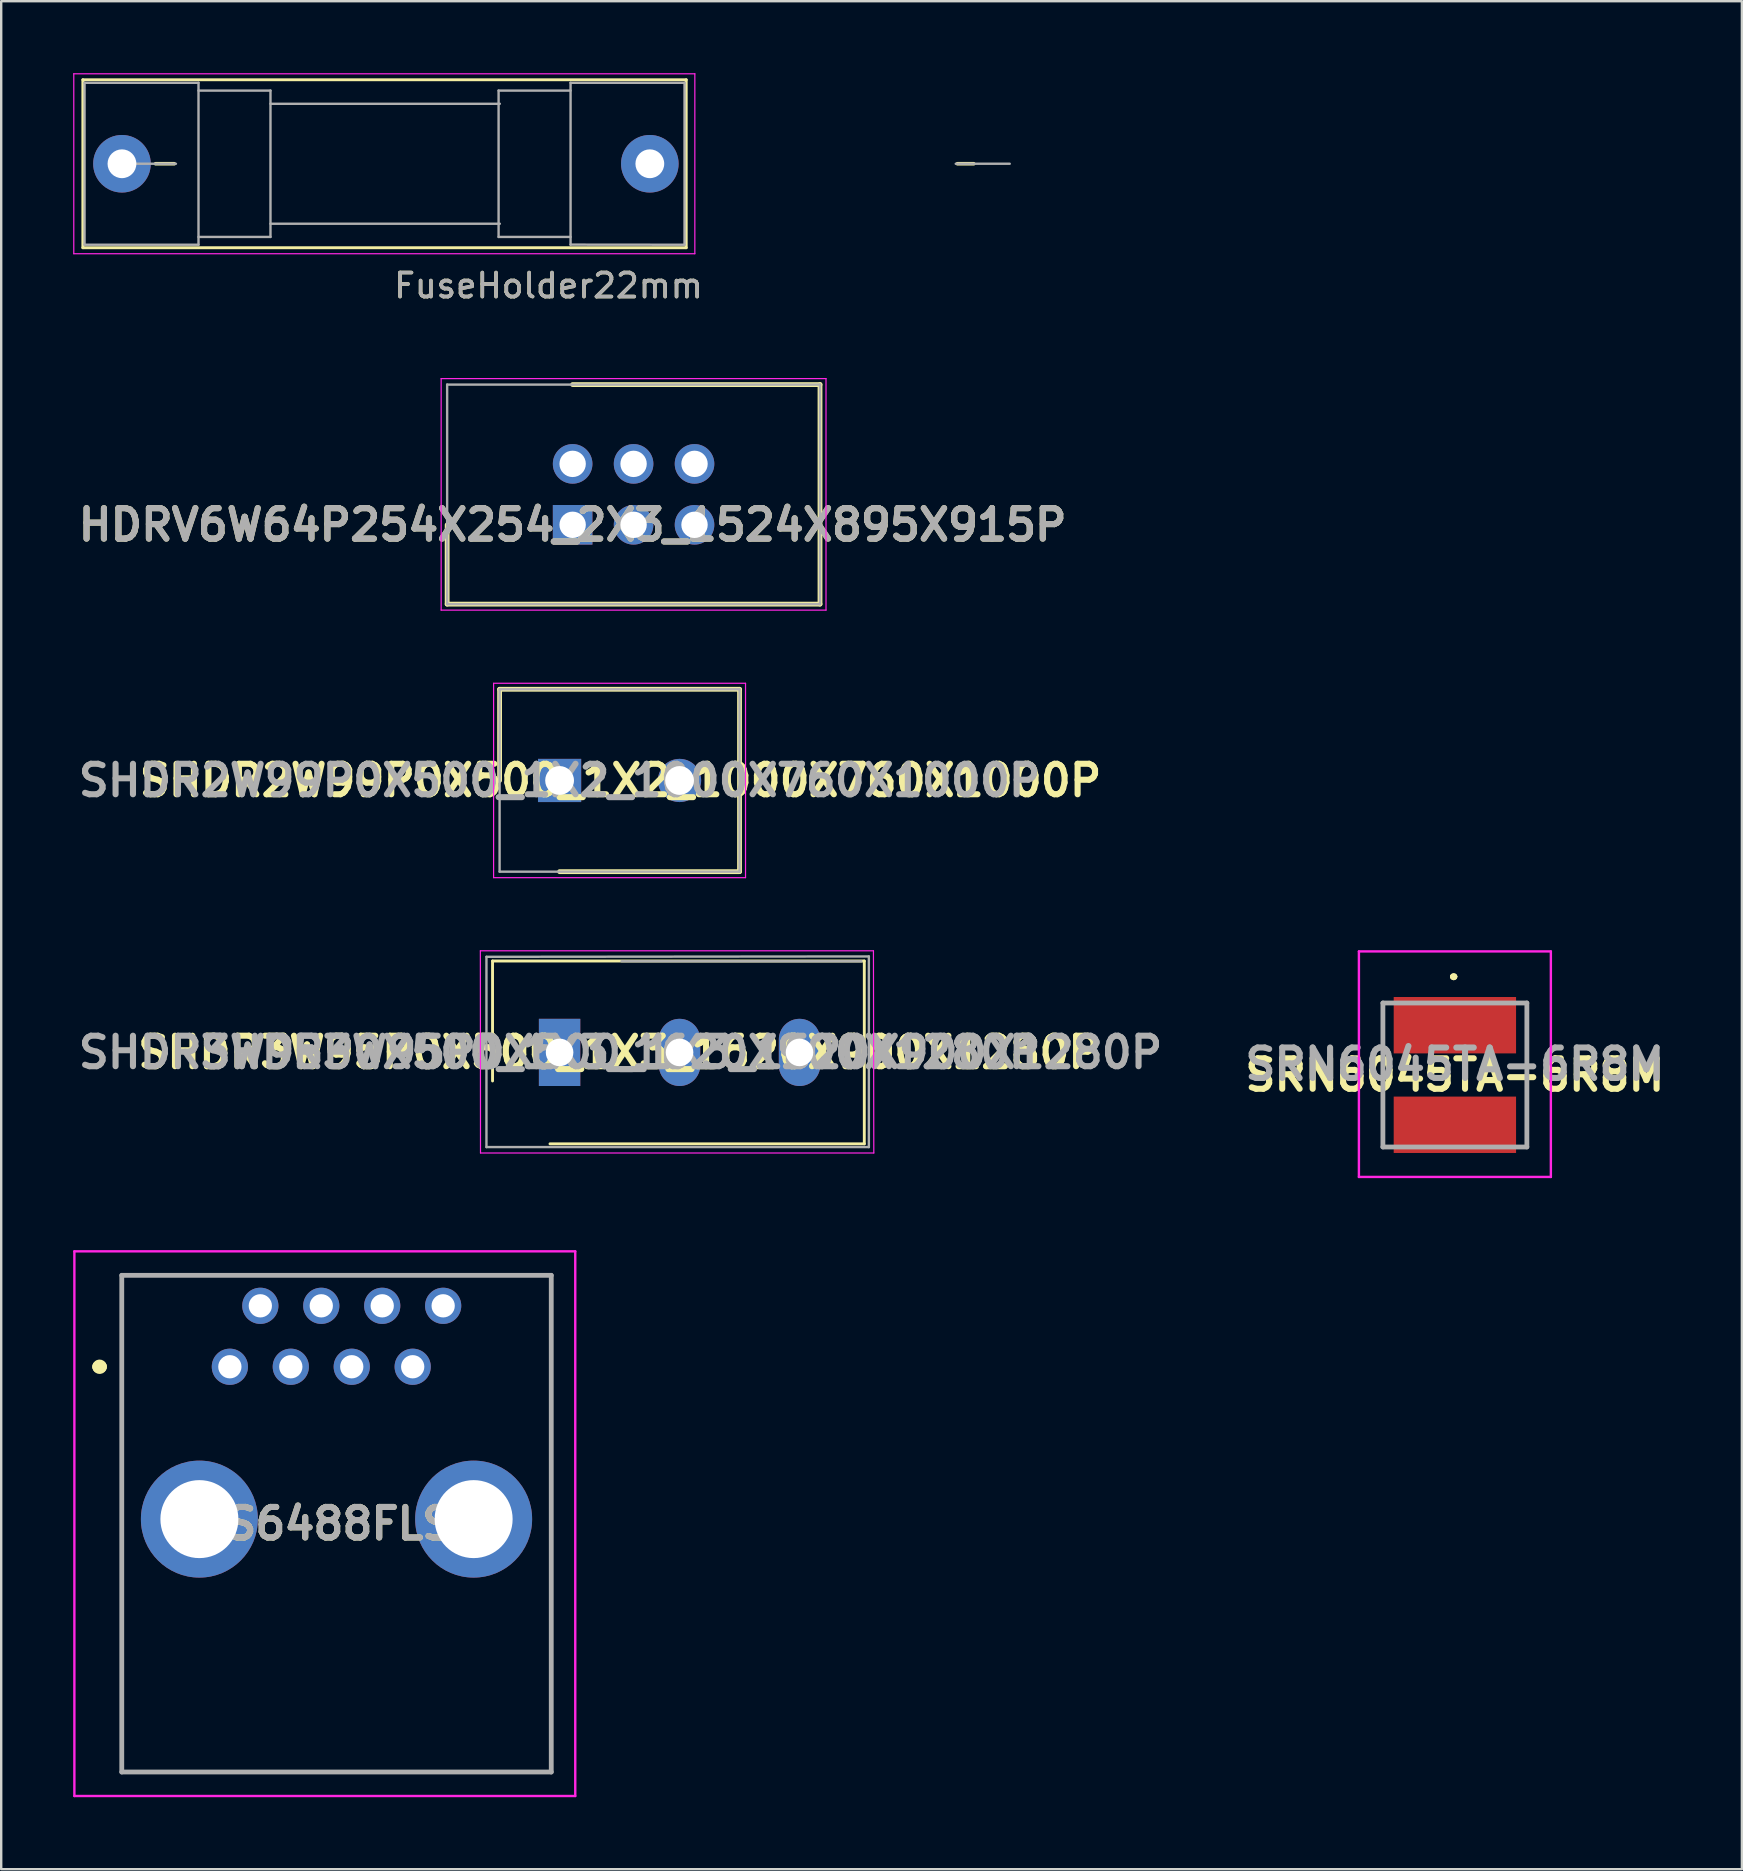
<source format=kicad_pcb>
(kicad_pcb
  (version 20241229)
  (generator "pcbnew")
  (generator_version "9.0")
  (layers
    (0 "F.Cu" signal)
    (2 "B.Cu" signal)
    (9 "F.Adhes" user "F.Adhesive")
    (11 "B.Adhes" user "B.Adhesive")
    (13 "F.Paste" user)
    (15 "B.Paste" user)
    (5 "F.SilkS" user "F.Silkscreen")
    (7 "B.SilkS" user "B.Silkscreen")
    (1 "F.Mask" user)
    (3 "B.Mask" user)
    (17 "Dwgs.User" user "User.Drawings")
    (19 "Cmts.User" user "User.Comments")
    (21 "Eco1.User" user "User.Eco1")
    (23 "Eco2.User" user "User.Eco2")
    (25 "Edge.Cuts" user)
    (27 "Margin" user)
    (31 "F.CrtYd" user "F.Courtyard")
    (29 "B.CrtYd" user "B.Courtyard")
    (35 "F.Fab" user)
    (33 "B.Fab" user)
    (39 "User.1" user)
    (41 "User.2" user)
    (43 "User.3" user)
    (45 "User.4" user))
  (footprint "HDRV6W64P254X254_2X3_1524X895X915P"
    (layer "F.Cu")
    (at 20.816 18.823)
    (property "Reference" "HDRV6W64P254X254_2X3_1524X895X915P" (at 0 0 0) (layer "F.SilkS") (effects (font (size 1.27 1.27) (thickness 0.254))))
    (attr through_hole)
    (fp_line (start -5.23 0) (end -5.23 3.305) (stroke (width 0.2) (type solid)) (layer "F.SilkS"))
    (fp_line (start -5.23 3.305) (end 10.31 3.305) (stroke (width 0.2) (type solid)) (layer "F.SilkS"))
    (fp_line (start 10.31 -5.845) (end 0 -5.845) (stroke (width 0.2) (type solid)) (layer "F.SilkS"))
    (fp_line (start 10.31 3.305) (end 10.31 -5.845) (stroke (width 0.2) (type solid)) (layer "F.SilkS"))
    (fp_line (start -5.48 -6.095) (end 10.56 -6.095) (stroke (width 0.05) (type solid)) (layer "F.CrtYd"))
    (fp_line (start -5.48 3.555) (end -5.48 -6.095) (stroke (width 0.05) (type solid)) (layer "F.CrtYd"))
    (fp_line (start 10.56 -6.095) (end 10.56 3.555) (stroke (width 0.05) (type solid)) (layer "F.CrtYd"))
    (fp_line (start 10.56 3.555) (end -5.48 3.555) (stroke (width 0.05) (type solid)) (layer "F.CrtYd"))
    (fp_line (start -5.23 -5.845) (end 10.31 -5.845) (stroke (width 0.1) (type solid)) (layer "F.Fab"))
    (fp_line (start -5.23 3.305) (end -5.23 -5.845) (stroke (width 0.1) (type solid)) (layer "F.Fab"))
    (fp_line (start 10.31 -5.845) (end 10.31 3.305) (stroke (width 0.1) (type solid)) (layer "F.Fab"))
    (fp_line (start 10.31 3.305) (end -5.23 3.305) (stroke (width 0.1) (type solid)) (layer "F.Fab"))
    (fp_text user "${REFERENCE}" (at 0 0 0) (layer "F.Fab") (effects (font (size 1.27 1.27) (thickness 0.254))))
    (pad "1" thru_hole rect (at 0 0) (size 1.65 1.65) (drill 1.1) (layers "*.Cu" "*.Mask"))
    (pad "2" thru_hole circle (at 0 -2.54) (size 1.65 1.65) (drill 1.1) (layers "*.Cu" "*.Mask"))
    (pad "3" thru_hole circle (at 2.54 0) (size 1.65 1.65) (drill 1.1) (layers "*.Cu" "*.Mask"))
    (pad "4" thru_hole circle (at 2.54 -2.54) (size 1.65 1.65) (drill 1.1) (layers "*.Cu" "*.Mask"))
    (pad "5" thru_hole circle (at 5.08 0) (size 1.65 1.65) (drill 1.1) (layers "*.Cu" "*.Mask"))
    (pad "6" thru_hole circle (at 5.08 -2.54) (size 1.65 1.65) (drill 1.1) (layers "*.Cu" "*.Mask")))
  (footprint "SHDR3W95P0X500_1X3_1620X900X1280P"
    (layer "F.Cu")
    (at 20.272 40.812)
    (property "Reference" "SHDR3W95P0X500_1X3_1620X900X1280P" (at 2.477 0 0) (layer "F.SilkS") (effects (font (size 1.27 1.27) (thickness 0.254))))
    (attr through_hole)
    (fp_line (start -2.794 -3.81) (end 12.7 -3.81) (stroke (width 0.12) (type solid)) (layer "F.SilkS"))
    (fp_line (start -2.794 1.19) (end -2.794 -3.81) (stroke (width 0.12) (type solid)) (layer "F.SilkS"))
    (fp_line (start -0.4 3.81) (end 12.7 3.81) (stroke (width 0.12) (type solid)) (layer "F.SilkS"))
    (fp_line (start 12.7 3.81) (end 12.7 -3.81) (stroke (width 0.12) (type solid)) (layer "F.SilkS"))
    (fp_line (start -3.302 -4.234) (end 13.081 -4.234) (stroke (width 0.05) (type solid)) (layer "F.CrtYd"))
    (fp_line (start -3.296 4.191) (end -3.302 -4.234) (stroke (width 0.05) (type solid)) (layer "F.CrtYd"))
    (fp_line (start 13.081 -4.234) (end 13.096 4.191) (stroke (width 0.05) (type solid)) (layer "F.CrtYd"))
    (fp_line (start 13.096 4.191) (end -3.296 4.191) (stroke (width 0.05) (type solid)) (layer "F.CrtYd"))
    (fp_line (start -3.048 -3.984) (end 12.89 -4) (stroke (width 0.1) (type solid)) (layer "F.Fab"))
    (fp_line (start -3.048 3.946) (end -3.048 -3.984) (stroke (width 0.1) (type solid)) (layer "F.Fab"))
    (fp_line (start 2.58 -3.8) (end 12.58 -3.8) (stroke (width 0.1) (type solid)) (layer "F.Fab"))
    (fp_line (start 12.89 -4) (end 12.89 3.946) (stroke (width 0.1) (type solid)) (layer "F.Fab"))
    (fp_line (start 12.89 3.946) (end -3.048 3.946) (stroke (width 0.1) (type solid)) (layer "F.Fab"))
    (fp_text user "${REFERENCE}" (at 0 0 0) (layer "F.Fab") (effects (font (size 1.27 1.27) (thickness 0.254))))
    (fp_text user "${REFERENCE}" (at 5.08 0 0) (layer "F.Fab") (effects (font (size 1.27 1.27) (thickness 0.254))))
    (pad "1" thru_hole rect (at 0 0) (size 1.725 2.8) (drill 1.15) (layers "*.Cu" "*.Mask"))
    (pad "2" thru_hole oval (at 5 0) (size 1.725 2.8) (drill 1.15) (layers "*.Cu" "*.Mask"))
    (pad "3" thru_hole oval (at 10 0) (size 1.725 2.8) (drill 1.15) (layers "*.Cu" "*.Mask")))
  (footprint "SHDR2W99P0X500_1X2_1000X760X1000P"
    (layer "F.Cu")
    (at 20.272 29.478)
    (property "Reference" "SHDR2W99P0X500_1X2_1000X760X1000P" (at 2.54 0 0) (layer "F.SilkS") (effects (font (size 1.27 1.27) (thickness 0.254))))
    (attr through_hole)
    (fp_line (start -2.5 -3.8) (end -2.5 0) (stroke (width 0.2) (type solid)) (layer "F.SilkS"))
    (fp_line (start 0 3.8) (end 7.5 3.8) (stroke (width 0.2) (type solid)) (layer "F.SilkS"))
    (fp_line (start 7.5 -3.8) (end -2.5 -3.8) (stroke (width 0.2) (type solid)) (layer "F.SilkS"))
    (fp_line (start 7.5 3.8) (end 7.5 -3.8) (stroke (width 0.2) (type solid)) (layer "F.SilkS"))
    (fp_line (start -2.75 -4.05) (end 7.75 -4.05) (stroke (width 0.05) (type solid)) (layer "F.CrtYd"))
    (fp_line (start -2.75 4.05) (end -2.75 -4.05) (stroke (width 0.05) (type solid)) (layer "F.CrtYd"))
    (fp_line (start 7.75 -4.05) (end 7.75 4.05) (stroke (width 0.05) (type solid)) (layer "F.CrtYd"))
    (fp_line (start 7.75 4.05) (end -2.75 4.05) (stroke (width 0.05) (type solid)) (layer "F.CrtYd"))
    (fp_line (start -2.5 -3.8) (end 7.5 -3.8) (stroke (width 0.1) (type solid)) (layer "F.Fab"))
    (fp_line (start -2.5 3.8) (end -2.5 -3.8) (stroke (width 0.1) (type solid)) (layer "F.Fab"))
    (fp_line (start 7.5 -3.8) (end 7.5 3.8) (stroke (width 0.1) (type solid)) (layer "F.Fab"))
    (fp_line (start 7.5 3.8) (end -2.5 3.8) (stroke (width 0.1) (type solid)) (layer "F.Fab"))
    (fp_text user "${REFERENCE}" (at 0 0 0) (layer "F.Fab") (effects (font (size 1.27 1.27) (thickness 0.254))))
    (pad "1" thru_hole rect (at 0 0) (size 1.8 1.8) (drill 1.2) (layers "*.Cu" "*.Mask"))
    (pad "2" thru_hole circle (at 5 0) (size 1.8 1.8) (drill 1.2) (layers "*.Cu" "*.Mask")))
  (footprint "FuseHolder22mm"
    (layer "F.Cu")
    (at 2.033 3.775)
    (property "Reference" "FuseHolder22mm" (at 17.78 5.08 0) (layer "F.SilkS") (effects (font (size 1 1) (thickness 0.15))))
    (attr through_hole)
    (fp_line (start -1.63 -3.5) (end -1.63 3.5) (stroke (width 0.12) (type solid)) (layer "F.SilkS"))
    (fp_line (start -1.63 -3.5) (end 23.517 -3.5) (stroke (width 0.12) (type solid)) (layer "F.SilkS"))
    (fp_line (start -1.63 3.5) (end 23.517 3.5) (stroke (width 0.12) (type solid)) (layer "F.SilkS"))
    (fp_line (start 1.4 0) (end 2.18 0) (stroke (width 0.15) (type solid)) (layer "F.SilkS"))
    (fp_line (start 23.517 3.5) (end 23.517 -3.5) (stroke (width 0.12) (type solid)) (layer "F.SilkS"))
    (fp_line (start 34.82 0) (end 35.5 0) (stroke (width 0.15) (type solid)) (layer "F.SilkS"))
    (fp_line (start -2.008 -3.75) (end -2.008 3.75) (stroke (width 0.05) (type solid)) (layer "F.CrtYd"))
    (fp_line (start -2.008 -3.75) (end 23.876 -3.75) (stroke (width 0.05) (type solid)) (layer "F.CrtYd"))
    (fp_line (start -2.008 3.75) (end 23.876 3.75) (stroke (width 0.05) (type solid)) (layer "F.CrtYd"))
    (fp_line (start 23.876 3.75) (end 23.876 -3.75) (stroke (width 0.05) (type solid)) (layer "F.CrtYd"))
    (fp_line (start -1.56 -3.375) (end -1.56 3.375) (stroke (width 0.1) (type solid)) (layer "F.Fab"))
    (fp_line (start -1.56 -3.375) (end 3.19 -3.375) (stroke (width 0.1) (type solid)) (layer "F.Fab"))
    (fp_line (start -1.56 3.375) (end 3.19 3.375) (stroke (width 0.1) (type solid)) (layer "F.Fab"))
    (fp_line (start 0 0) (end 2.25 0) (stroke (width 0.1) (type solid)) (layer "F.Fab"))
    (fp_line (start 3.19 -3.375) (end 3.19 3.375) (stroke (width 0.1) (type solid)) (layer "F.Fab"))
    (fp_line (start 3.19 -3.05) (end 6.19 -3.05) (stroke (width 0.1) (type solid)) (layer "F.Fab"))
    (fp_line (start 3.19 3.05) (end 6.19 3.05) (stroke (width 0.1) (type solid)) (layer "F.Fab"))
    (fp_line (start 6.19 -2.5) (end 15.748 -2.5) (stroke (width 0.1) (type solid)) (layer "F.Fab"))
    (fp_line (start 6.19 2.5) (end 15.748 2.5) (stroke (width 0.1) (type solid)) (layer "F.Fab"))
    (fp_line (start 6.19 3.05) (end 6.19 -3.05) (stroke (width 0.1) (type solid)) (layer "F.Fab"))
    (fp_line (start 15.697 -3.05) (end 18.697 -3.05) (stroke (width 0.1) (type solid)) (layer "F.Fab"))
    (fp_line (start 15.697 3.05) (end 15.697 -3.05) (stroke (width 0.1) (type solid)) (layer "F.Fab"))
    (fp_line (start 15.697 3.05) (end 18.697 3.05) (stroke (width 0.1) (type solid)) (layer "F.Fab"))
    (fp_line (start 18.697 -3.375) (end 18.697 3.375) (stroke (width 0.1) (type solid)) (layer "F.Fab"))
    (fp_line (start 18.697 -3.375) (end 23.447 -3.375) (stroke (width 0.1) (type solid)) (layer "F.Fab"))
    (fp_line (start 18.697 3.37) (end 23.447 3.375) (stroke (width 0.1) (type solid)) (layer "F.Fab"))
    (fp_line (start 23.447 -3.375) (end 23.447 3.375) (stroke (width 0.1) (type solid)) (layer "F.Fab"))
    (fp_line (start 34.75 0) (end 37 0) (stroke (width 0.1) (type solid)) (layer "F.Fab"))
    (fp_text user "${REFERENCE}" (at 17.78 5.08 0) (layer "F.Fab") (effects (font (size 1 1) (thickness 0.15))))
    (pad "1" thru_hole circle (at 0 0) (size 2.4 2.4) (drill 1.2) (layers "*.Cu" "*.Mask"))
    (pad "2" thru_hole circle (at 22 0) (size 2.4 2.4) (drill 1.2) (layers "*.Cu" "*.Mask")))
  (footprint "SS6488FLS"
    (layer "F.Cu")
    (at 6.53 53.913)
    (property "Reference" "SS6488FLS" (at 3.957 6.54 0) (layer "F.SilkS") (effects (font (size 1.27 1.27) (thickness 0.254))))
    (attr through_hole)
    (fp_line (start -5.48 0) (end -5.48 0) (stroke (width 0.5) (type solid)) (layer "F.SilkS"))
    (fp_line (start -5.38 0) (end -5.38 0) (stroke (width 0.5) (type solid)) (layer "F.SilkS"))
    (fp_line (start -4.505 -3.81) (end 13.395 -3.81) (stroke (width 0.1) (type solid)) (layer "F.SilkS"))
    (fp_line (start -4.505 16.89) (end -4.505 -3.81) (stroke (width 0.1) (type solid)) (layer "F.SilkS"))
    (fp_line (start 13.395 -3.81) (end 13.395 16.89) (stroke (width 0.1) (type solid)) (layer "F.SilkS"))
    (fp_line (start 13.395 16.89) (end -4.505 16.89) (stroke (width 0.1) (type solid)) (layer "F.SilkS"))
    (fp_arc (start -5.48 0) (mid -5.43 -0.05) (end -5.38 0) (stroke (width 0.5) (type solid)) (layer "F.SilkS"))
    (fp_arc (start -5.38 0) (mid -5.43 0.05) (end -5.48 0) (stroke (width 0.5) (type solid)) (layer "F.SilkS"))
    (fp_line (start -6.48 -4.81) (end 14.395 -4.81) (stroke (width 0.1) (type solid)) (layer "F.CrtYd"))
    (fp_line (start -6.48 17.89) (end -6.48 -4.81) (stroke (width 0.1) (type solid)) (layer "F.CrtYd"))
    (fp_line (start 14.395 -4.81) (end 14.395 17.89) (stroke (width 0.1) (type solid)) (layer "F.CrtYd"))
    (fp_line (start 14.395 17.89) (end -6.48 17.89) (stroke (width 0.1) (type solid)) (layer "F.CrtYd"))
    (fp_line (start -4.505 -3.81) (end 13.395 -3.81) (stroke (width 0.2) (type solid)) (layer "F.Fab"))
    (fp_line (start -4.505 16.89) (end -4.505 -3.81) (stroke (width 0.2) (type solid)) (layer "F.Fab"))
    (fp_line (start 13.395 -3.81) (end 13.395 16.89) (stroke (width 0.2) (type solid)) (layer "F.Fab"))
    (fp_line (start 13.395 16.89) (end -4.505 16.89) (stroke (width 0.2) (type solid)) (layer "F.Fab"))
    (fp_text user "${REFERENCE}" (at 3.957 6.54 0) (layer "F.Fab") (effects (font (size 1.27 1.27) (thickness 0.254))))
    (pad "1" thru_hole circle (at 0 0) (size 1.509 1.509) (drill 0.97) (layers "*.Cu" "*.Mask"))
    (pad "2" thru_hole circle (at 1.27 -2.54) (size 1.509 1.509) (drill 0.97) (layers "*.Cu" "*.Mask"))
    (pad "3" thru_hole circle (at 2.54 0) (size 1.509 1.509) (drill 0.97) (layers "*.Cu" "*.Mask"))
    (pad "4" thru_hole circle (at 3.81 -2.54) (size 1.509 1.509) (drill 0.97) (layers "*.Cu" "*.Mask"))
    (pad "5" thru_hole circle (at 5.08 0) (size 1.509 1.509) (drill 0.97) (layers "*.Cu" "*.Mask"))
    (pad "6" thru_hole circle (at 6.35 -2.54) (size 1.509 1.509) (drill 0.97) (layers "*.Cu" "*.Mask"))
    (pad "7" thru_hole circle (at 7.62 0) (size 1.509 1.509) (drill 0.97) (layers "*.Cu" "*.Mask"))
    (pad "8" thru_hole circle (at 8.89 -2.54) (size 1.509 1.509) (drill 0.97) (layers "*.Cu" "*.Mask"))
    (pad "MH1" thru_hole circle (at -1.27 6.35) (size 4.875 4.875) (drill 3.25) (layers "*.Cu" "*.Mask"))
    (pad "MH2" thru_hole circle (at 10.16 6.35) (size 4.875 4.875) (drill 3.25) (layers "*.Cu" "*.Mask")))
  (footprint "SRN6045TA-6R8M"
    (layer "F.Cu")
    (at 57.586 41.753)
    (property "Reference" "SRN6045TA-6R8M" (at 0 0 0) (layer "F.SilkS") (effects (font (size 1.27 1.27) (thickness 0.254))))
    (attr smd)
    (fp_line (start -3 -3) (end -3 -3) (stroke (width 0.1) (type solid)) (layer "F.SilkS"))
    (fp_line (start -3 -3) (end -3 3) (stroke (width 0.1) (type solid)) (layer "F.SilkS"))
    (fp_line (start -3 3) (end -3 -3) (stroke (width 0.1) (type solid)) (layer "F.SilkS"))
    (fp_line (start -3 3) (end -3 3) (stroke (width 0.1) (type solid)) (layer "F.SilkS"))
    (fp_line (start -0.1 -4.1) (end -0.1 -4.1) (stroke (width 0.2) (type solid)) (layer "F.SilkS"))
    (fp_line (start -0.1 -4.1) (end -0.1 -4.1) (stroke (width 0.2) (type solid)) (layer "F.SilkS"))
    (fp_line (start 0 -4.1) (end 0 -4.1) (stroke (width 0.2) (type solid)) (layer "F.SilkS"))
    (fp_line (start 3 -3) (end 3 -3) (stroke (width 0.1) (type solid)) (layer "F.SilkS"))
    (fp_line (start 3 -3) (end 3 3) (stroke (width 0.1) (type solid)) (layer "F.SilkS"))
    (fp_line (start 3 3) (end 3 -3) (stroke (width 0.1) (type solid)) (layer "F.SilkS"))
    (fp_line (start 3 3) (end 3 3) (stroke (width 0.1) (type solid)) (layer "F.SilkS"))
    (fp_arc (start -0.1 -4.1) (mid -0.05 -4.15) (end 0 -4.1) (stroke (width 0.2) (type solid)) (layer "F.SilkS"))
    (fp_arc (start 0 -4.1) (mid -0.05 -4.05) (end -0.1 -4.1) (stroke (width 0.2) (type solid)) (layer "F.SilkS"))
    (fp_arc (start 0 -4.1) (mid -0.05 -4.05) (end -0.1 -4.1) (stroke (width 0.2) (type solid)) (layer "F.SilkS"))
    (fp_line (start -4 -5.15) (end 4 -5.15) (stroke (width 0.1) (type solid)) (layer "F.CrtYd"))
    (fp_line (start -4 4.25) (end -4 -5.15) (stroke (width 0.1) (type solid)) (layer "F.CrtYd"))
    (fp_line (start 4 -5.15) (end 4 4.25) (stroke (width 0.1) (type solid)) (layer "F.CrtYd"))
    (fp_line (start 4 4.25) (end -4 4.25) (stroke (width 0.1) (type solid)) (layer "F.CrtYd"))
    (fp_line (start -3 -3) (end 3 -3) (stroke (width 0.2) (type solid)) (layer "F.Fab"))
    (fp_line (start -3 3) (end -3 -3) (stroke (width 0.2) (type solid)) (layer "F.Fab"))
    (fp_line (start 3 -3) (end 3 3) (stroke (width 0.2) (type solid)) (layer "F.Fab"))
    (fp_line (start 3 3) (end -3 3) (stroke (width 0.2) (type solid)) (layer "F.Fab"))
    (fp_text user "${REFERENCE}" (at 0 -0.45 0) (layer "F.Fab") (effects (font (size 1.27 1.27) (thickness 0.254))))
    (pad "1" smd rect (at 0 -2.075 90) (size 2.35 5.1) (layers "F.Cu" "F.Mask" "F.Paste"))
    (pad "2" smd rect (at 0 2.075 90) (size 2.35 5.1) (layers "F.Cu" "F.Mask" "F.Paste")))
  (gr_rect
    (start -3 -3)
    (end 69.548 74.853)
    (stroke (width 0.1) (type default))
    (fill no)
    (layer "Edge.Cuts")))
</source>
